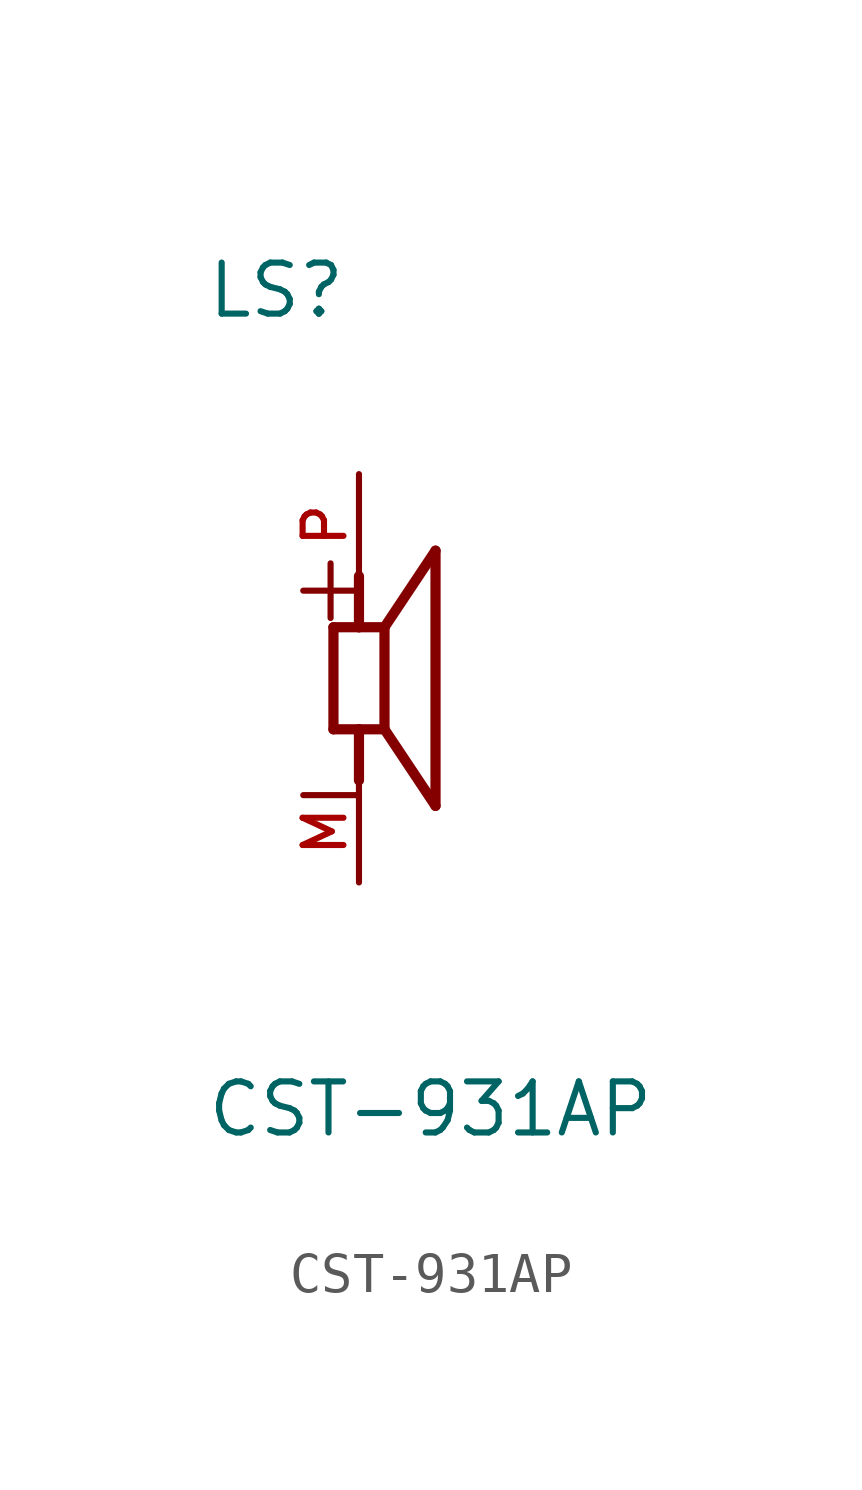
<source format=kicad_sym>
(kicad_symbol_lib
  (version 20211014)
  (generator kicad_symbol_editor)
  (symbol "CST-931AP"
    (pin_names
      (offset 1.016))
    (property "Reference" "LS"
      (at -3.819 8.911 0)
      (effects (font (size 1.27 1.27)) (justify bottom left)))
    (property "Value" "CST-931AP"
      (at -3.822 -11.465 0)
      (effects (font (size 1.27 1.27)) (justify bottom left)))
    (symbol "CST-931AP_0_0"
      (polyline (pts (xy -0.635 1.27) (xy 0.0 1.27)) (stroke (width 0.254)))
      (polyline (pts (xy 0.0 1.27) (xy 0.635 1.27)) (stroke (width 0.254)))
      (polyline (pts (xy 0.635 1.27) (xy 0.635 -1.27)) (stroke (width 0.254)))
      (polyline (pts (xy 0.635 -1.27) (xy 0.0 -1.27)) (stroke (width 0.254)))
      (polyline (pts (xy 0.0 -1.27) (xy -0.635 -1.27)) (stroke (width 0.254)))
      (polyline (pts (xy -0.635 -1.27) (xy -0.635 1.27)) (stroke (width 0.254)))
      (polyline (pts (xy 0.635 1.27) (xy 1.905 3.175)) (stroke (width 0.254)))
      (polyline (pts (xy 1.905 3.175) (xy 1.905 -3.175)) (stroke (width 0.254)))
      (polyline (pts (xy 1.905 -3.175) (xy 0.635 -1.27)) (stroke (width 0.254)))
      (polyline (pts (xy 0.0 1.27) (xy 0.0 2.54)) (stroke (width 0.254)))
      (polyline (pts (xy 0.0 -1.27) (xy 0.0 -2.54)) (stroke (width 0.254)))
      (text "+" (at -1.911 1.274 0) (effects (font (size 1.784 1.784)) (justify bottom left)))
      (text "-" (at -1.911 -3.814 0) (effects (font (size 1.784 1.784)) (justify bottom left)))
      (pin passive line (at 0.0 5.08 270.0) (length 2.54) (name "~" (effects (font (size 1.016 1.016)))) (number "P" (effects (font (size 1.016 1.016)))))
      (pin passive line (at 0.0 -5.08 90.0) (length 2.54) (name "~" (effects (font (size 1.016 1.016)))) (number "M" (effects (font (size 1.016 1.016))))))))
</source>
